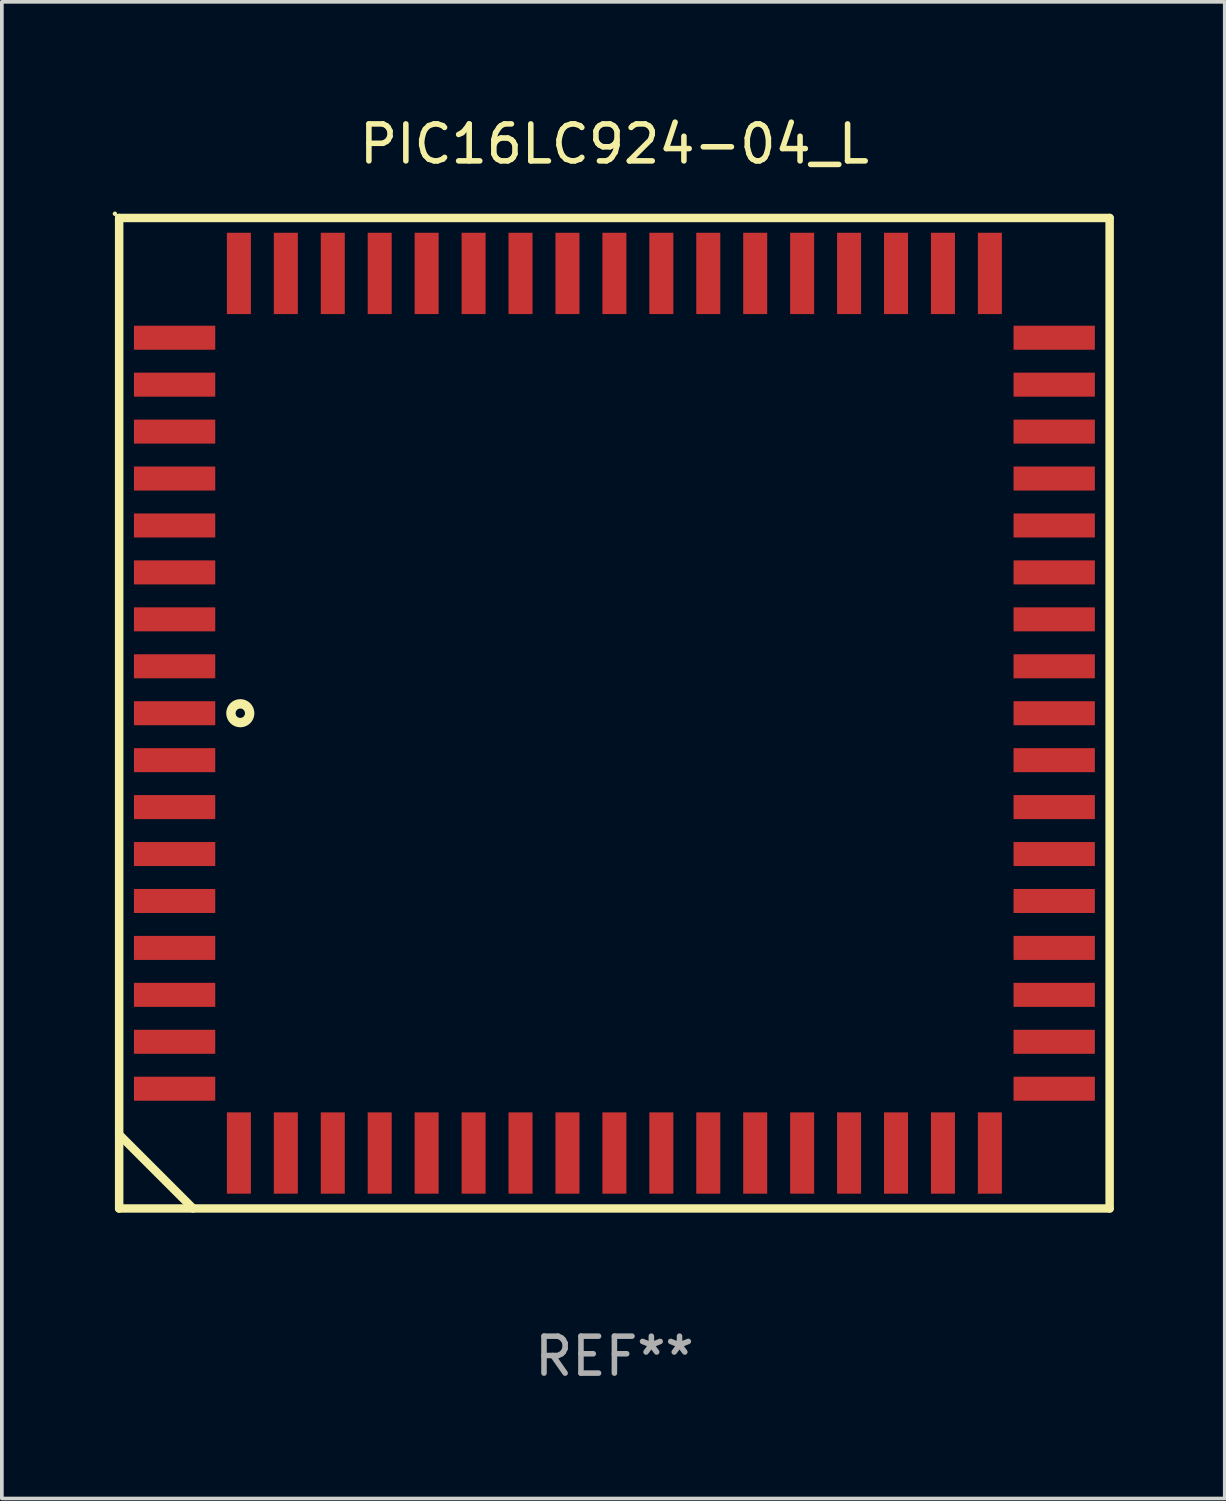
<source format=kicad_pcb>
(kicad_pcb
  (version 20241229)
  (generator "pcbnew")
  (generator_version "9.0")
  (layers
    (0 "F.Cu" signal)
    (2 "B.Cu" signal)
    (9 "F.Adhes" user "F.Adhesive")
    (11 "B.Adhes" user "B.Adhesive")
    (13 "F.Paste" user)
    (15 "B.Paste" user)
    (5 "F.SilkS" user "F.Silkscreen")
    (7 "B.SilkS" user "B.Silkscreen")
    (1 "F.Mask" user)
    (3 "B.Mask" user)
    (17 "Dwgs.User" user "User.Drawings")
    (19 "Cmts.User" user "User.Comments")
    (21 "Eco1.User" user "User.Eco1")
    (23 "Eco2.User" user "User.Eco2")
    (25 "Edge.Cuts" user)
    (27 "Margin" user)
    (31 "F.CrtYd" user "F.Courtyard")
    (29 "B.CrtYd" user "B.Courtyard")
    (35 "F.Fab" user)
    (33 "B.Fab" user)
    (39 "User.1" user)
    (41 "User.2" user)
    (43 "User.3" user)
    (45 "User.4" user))
  (footprint "PIC16LC924-04_L"
    (layer "F.Cu")
    (at 13.574 16.248)
    (property "Reference" "PIC16LC924-04_L" (at 0 -15.4 0) (layer "F.SilkS") (effects (font (size 1 1) (thickness 0.15))))
    (attr through_hole)
    (fp_line (start -13.4 -13.4) (end -13.4 13.4) (stroke (width 0.229) (type solid)) (layer "F.SilkS"))
    (fp_line (start -13.4 11.4) (end -11.4 13.4) (stroke (width 0.229) (type solid)) (layer "F.SilkS"))
    (fp_line (start -13.4 13.4) (end 13.4 13.4) (stroke (width 0.229) (type solid)) (layer "F.SilkS"))
    (fp_line (start 13.4 -13.4) (end -13.4 -13.4) (stroke (width 0.229) (type solid)) (layer "F.SilkS"))
    (fp_line (start 13.4 13.4) (end 13.4 -13.4) (stroke (width 0.229) (type solid)) (layer "F.SilkS"))
    (fp_circle (center -13.514 -13.514) (end -13.484 -13.514) (stroke (width 0.06) (type solid)) (fill no) (layer "F.SilkS"))
    (fp_circle (center -10.122 -0.000076) (end -9.868 -0.000076) (stroke (width 0.254) (type solid)) (fill no) (layer "F.SilkS"))
    (fp_text user "REF**" (at 0 17.4 0) (layer "F.Fab") (effects (font (size 1 1) (thickness 0.15))))
    (pad "1" smd rect (at -11.9 -0.000076 270) (size 0.65 2.2) (layers "F.Cu" "F.Mask" "F.Paste"))
    (pad "2" smd rect (at -11.9 1.27 270) (size 0.65 2.2) (layers "F.Cu" "F.Mask" "F.Paste"))
    (pad "3" smd rect (at -11.9 2.54 270) (size 0.65 2.2) (layers "F.Cu" "F.Mask" "F.Paste"))
    (pad "4" smd rect (at -11.9 3.81 270) (size 0.65 2.2) (layers "F.Cu" "F.Mask" "F.Paste"))
    (pad "5" smd rect (at -11.9 5.08 270) (size 0.65 2.2) (layers "F.Cu" "F.Mask" "F.Paste"))
    (pad "6" smd rect (at -11.9 6.35 270) (size 0.65 2.2) (layers "F.Cu" "F.Mask" "F.Paste"))
    (pad "7" smd rect (at -11.9 7.62 270) (size 0.65 2.2) (layers "F.Cu" "F.Mask" "F.Paste"))
    (pad "8" smd rect (at -11.9 8.89 270) (size 0.65 2.2) (layers "F.Cu" "F.Mask" "F.Paste"))
    (pad "9" smd rect (at -11.9 10.16 270) (size 0.65 2.2) (layers "F.Cu" "F.Mask" "F.Paste"))
    (pad "10" smd rect (at -10.16 11.9 270) (size 2.2 0.65) (layers "F.Cu" "F.Mask" "F.Paste"))
    (pad "11" smd rect (at -8.89 11.9 270) (size 2.2 0.65) (layers "F.Cu" "F.Mask" "F.Paste"))
    (pad "12" smd rect (at -7.62 11.9 270) (size 2.2 0.65) (layers "F.Cu" "F.Mask" "F.Paste"))
    (pad "13" smd rect (at -6.35 11.9 270) (size 2.2 0.65) (layers "F.Cu" "F.Mask" "F.Paste"))
    (pad "14" smd rect (at -5.08 11.9 270) (size 2.2 0.65) (layers "F.Cu" "F.Mask" "F.Paste"))
    (pad "15" smd rect (at -3.81 11.9 270) (size 2.2 0.65) (layers "F.Cu" "F.Mask" "F.Paste"))
    (pad "16" smd rect (at -2.54 11.9 270) (size 2.2 0.65) (layers "F.Cu" "F.Mask" "F.Paste"))
    (pad "17" smd rect (at -1.27 11.9 270) (size 2.2 0.65) (layers "F.Cu" "F.Mask" "F.Paste"))
    (pad "18" smd rect (at 0 11.9 270) (size 2.2 0.65) (layers "F.Cu" "F.Mask" "F.Paste"))
    (pad "19" smd rect (at 1.27 11.9 270) (size 2.2 0.65) (layers "F.Cu" "F.Mask" "F.Paste"))
    (pad "20" smd rect (at 2.54 11.9 270) (size 2.2 0.65) (layers "F.Cu" "F.Mask" "F.Paste"))
    (pad "21" smd rect (at 3.81 11.9 270) (size 2.2 0.65) (layers "F.Cu" "F.Mask" "F.Paste"))
    (pad "22" smd rect (at 5.08 11.9 270) (size 2.2 0.65) (layers "F.Cu" "F.Mask" "F.Paste"))
    (pad "23" smd rect (at 6.35 11.9 270) (size 2.2 0.65) (layers "F.Cu" "F.Mask" "F.Paste"))
    (pad "24" smd rect (at 7.62 11.9 270) (size 2.2 0.65) (layers "F.Cu" "F.Mask" "F.Paste"))
    (pad "25" smd rect (at 8.89 11.9 270) (size 2.2 0.65) (layers "F.Cu" "F.Mask" "F.Paste"))
    (pad "26" smd rect (at 10.16 11.9 270) (size 2.2 0.65) (layers "F.Cu" "F.Mask" "F.Paste"))
    (pad "27" smd rect (at 11.9 10.16 270) (size 0.65 2.2) (layers "F.Cu" "F.Mask" "F.Paste"))
    (pad "28" smd rect (at 11.9 8.89 270) (size 0.65 2.2) (layers "F.Cu" "F.Mask" "F.Paste"))
    (pad "29" smd rect (at 11.9 7.62 270) (size 0.65 2.2) (layers "F.Cu" "F.Mask" "F.Paste"))
    (pad "30" smd rect (at 11.9 6.35 270) (size 0.65 2.2) (layers "F.Cu" "F.Mask" "F.Paste"))
    (pad "31" smd rect (at 11.9 5.08 270) (size 0.65 2.2) (layers "F.Cu" "F.Mask" "F.Paste"))
    (pad "32" smd rect (at 11.9 3.81 270) (size 0.65 2.2) (layers "F.Cu" "F.Mask" "F.Paste"))
    (pad "33" smd rect (at 11.9 2.54 270) (size 0.65 2.2) (layers "F.Cu" "F.Mask" "F.Paste"))
    (pad "34" smd rect (at 11.9 1.27 270) (size 0.65 2.2) (layers "F.Cu" "F.Mask" "F.Paste"))
    (pad "35" smd rect (at 11.9 -0.000076 270) (size 0.65 2.2) (layers "F.Cu" "F.Mask" "F.Paste"))
    (pad "36" smd rect (at 11.9 -1.27 270) (size 0.65 2.2) (layers "F.Cu" "F.Mask" "F.Paste"))
    (pad "37" smd rect (at 11.9 -2.54 270) (size 0.65 2.2) (layers "F.Cu" "F.Mask" "F.Paste"))
    (pad "38" smd rect (at 11.9 -3.81 270) (size 0.65 2.2) (layers "F.Cu" "F.Mask" "F.Paste"))
    (pad "39" smd rect (at 11.9 -5.08 270) (size 0.65 2.2) (layers "F.Cu" "F.Mask" "F.Paste"))
    (pad "40" smd rect (at 11.9 -6.35 270) (size 0.65 2.2) (layers "F.Cu" "F.Mask" "F.Paste"))
    (pad "41" smd rect (at 11.9 -7.62 270) (size 0.65 2.2) (layers "F.Cu" "F.Mask" "F.Paste"))
    (pad "42" smd rect (at 11.9 -8.89 270) (size 0.65 2.2) (layers "F.Cu" "F.Mask" "F.Paste"))
    (pad "43" smd rect (at 11.9 -10.16 270) (size 0.65 2.2) (layers "F.Cu" "F.Mask" "F.Paste"))
    (pad "44" smd rect (at 10.16 -11.9 270) (size 2.2 0.65) (layers "F.Cu" "F.Mask" "F.Paste"))
    (pad "45" smd rect (at 8.89 -11.9 270) (size 2.2 0.65) (layers "F.Cu" "F.Mask" "F.Paste"))
    (pad "46" smd rect (at 7.62 -11.9 270) (size 2.2 0.65) (layers "F.Cu" "F.Mask" "F.Paste"))
    (pad "47" smd rect (at 6.35 -11.9 270) (size 2.2 0.65) (layers "F.Cu" "F.Mask" "F.Paste"))
    (pad "48" smd rect (at 5.08 -11.9 270) (size 2.2 0.65) (layers "F.Cu" "F.Mask" "F.Paste"))
    (pad "49" smd rect (at 3.81 -11.9 270) (size 2.2 0.65) (layers "F.Cu" "F.Mask" "F.Paste"))
    (pad "50" smd rect (at 2.54 -11.9 270) (size 2.2 0.65) (layers "F.Cu" "F.Mask" "F.Paste"))
    (pad "51" smd rect (at 1.27 -11.9 270) (size 2.2 0.65) (layers "F.Cu" "F.Mask" "F.Paste"))
    (pad "52" smd rect (at 0 -11.9 270) (size 2.2 0.65) (layers "F.Cu" "F.Mask" "F.Paste"))
    (pad "53" smd rect (at -1.27 -11.9 270) (size 2.2 0.65) (layers "F.Cu" "F.Mask" "F.Paste"))
    (pad "54" smd rect (at -2.54 -11.9 270) (size 2.2 0.65) (layers "F.Cu" "F.Mask" "F.Paste"))
    (pad "55" smd rect (at -3.81 -11.9 270) (size 2.2 0.65) (layers "F.Cu" "F.Mask" "F.Paste"))
    (pad "56" smd rect (at -5.08 -11.9 270) (size 2.2 0.65) (layers "F.Cu" "F.Mask" "F.Paste"))
    (pad "57" smd rect (at -6.35 -11.9 270) (size 2.2 0.65) (layers "F.Cu" "F.Mask" "F.Paste"))
    (pad "58" smd rect (at -7.62 -11.9 270) (size 2.2 0.65) (layers "F.Cu" "F.Mask" "F.Paste"))
    (pad "59" smd rect (at -8.89 -11.9 270) (size 2.2 0.65) (layers "F.Cu" "F.Mask" "F.Paste"))
    (pad "60" smd rect (at -10.16 -11.9 270) (size 2.2 0.65) (layers "F.Cu" "F.Mask" "F.Paste"))
    (pad "61" smd rect (at -11.9 -10.16 270) (size 0.65 2.2) (layers "F.Cu" "F.Mask" "F.Paste"))
    (pad "62" smd rect (at -11.9 -8.89 270) (size 0.65 2.2) (layers "F.Cu" "F.Mask" "F.Paste"))
    (pad "63" smd rect (at -11.9 -7.62 270) (size 0.65 2.2) (layers "F.Cu" "F.Mask" "F.Paste"))
    (pad "64" smd rect (at -11.9 -6.35 270) (size 0.65 2.2) (layers "F.Cu" "F.Mask" "F.Paste"))
    (pad "65" smd rect (at -11.9 -5.08 270) (size 0.65 2.2) (layers "F.Cu" "F.Mask" "F.Paste"))
    (pad "66" smd rect (at -11.9 -3.81 270) (size 0.65 2.2) (layers "F.Cu" "F.Mask" "F.Paste"))
    (pad "67" smd rect (at -11.9 -2.54 270) (size 0.65 2.2) (layers "F.Cu" "F.Mask" "F.Paste"))
    (pad "68" smd rect (at -11.9 -1.27 270) (size 0.65 2.2) (layers "F.Cu" "F.Mask" "F.Paste")))
  (gr_rect
    (start -3 -3)
    (end 30.089 37.496)
    (stroke (width 0.1) (type default))
    (fill no)
    (layer "Edge.Cuts")))
</source>
